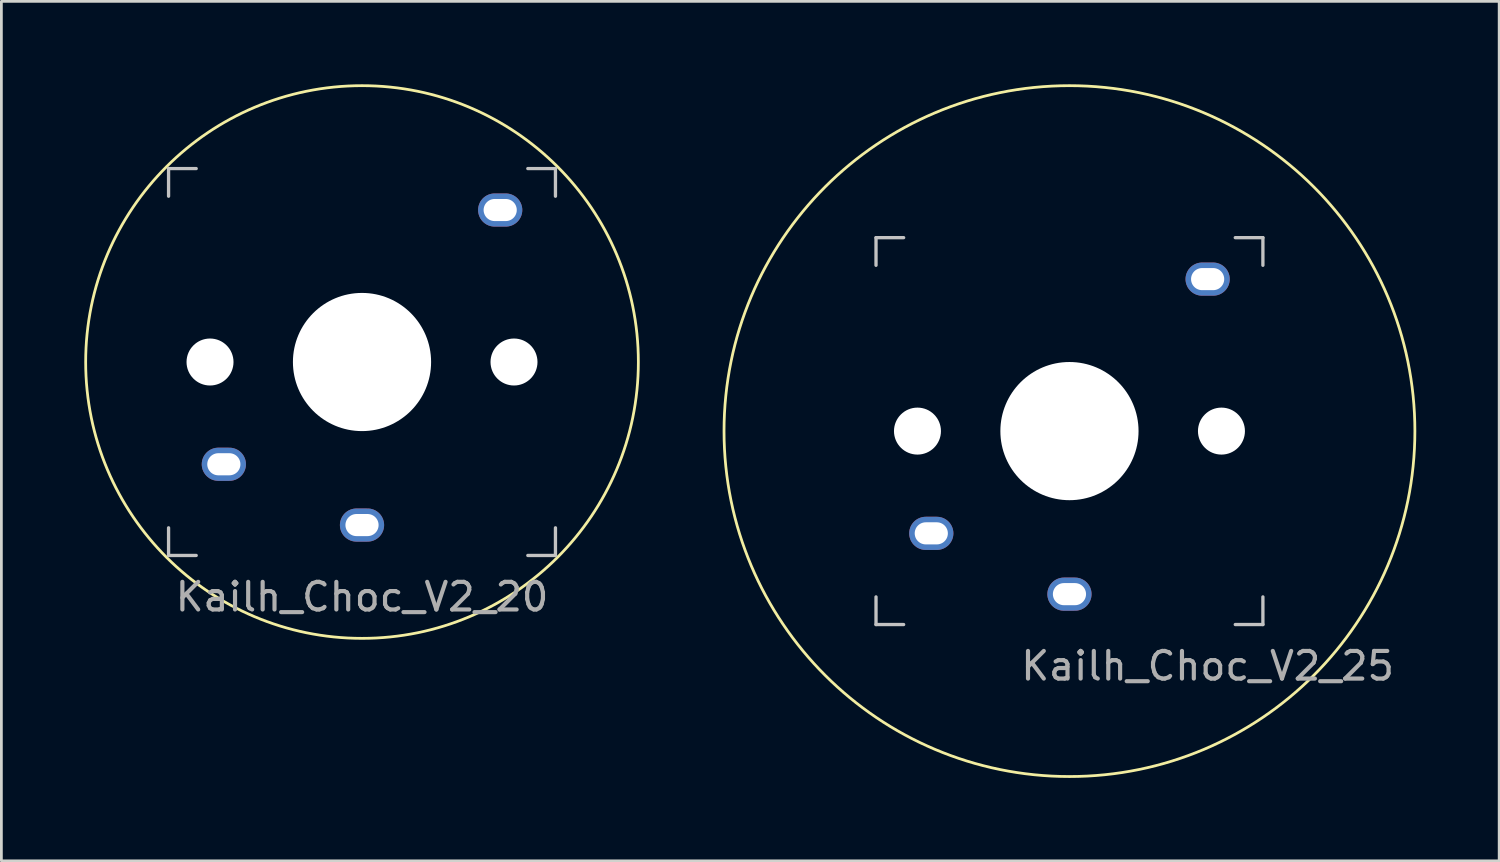
<source format=kicad_pcb>
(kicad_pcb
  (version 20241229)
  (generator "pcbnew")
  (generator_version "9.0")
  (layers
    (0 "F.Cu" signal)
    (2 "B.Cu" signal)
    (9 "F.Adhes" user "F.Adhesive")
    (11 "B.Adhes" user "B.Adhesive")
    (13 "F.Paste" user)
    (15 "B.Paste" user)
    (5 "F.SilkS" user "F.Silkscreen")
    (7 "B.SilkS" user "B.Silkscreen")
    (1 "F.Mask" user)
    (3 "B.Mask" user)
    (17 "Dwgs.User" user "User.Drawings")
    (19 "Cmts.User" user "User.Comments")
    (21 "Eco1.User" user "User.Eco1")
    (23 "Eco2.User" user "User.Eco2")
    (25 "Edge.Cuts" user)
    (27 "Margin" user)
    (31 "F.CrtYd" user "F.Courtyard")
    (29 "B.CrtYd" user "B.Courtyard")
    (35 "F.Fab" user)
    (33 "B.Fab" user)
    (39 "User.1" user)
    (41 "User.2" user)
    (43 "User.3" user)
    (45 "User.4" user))
  (footprint "Kailh_Choc_V2_25"
    (layer "F.Cu")
    (at 35.65 12.55)
    (property "Reference" "Kailh_Choc_V2_25" (at 5 8.5 0) (layer "F.Fab") (effects (font (size 1 1) (thickness 0.15))))
    (attr smd)
    (fp_circle (center 0 0) (end 12.5 0) (stroke (width 0.1) (type default)) (fill no) (layer "F.SilkS"))
    (fp_line (start -7 -7) (end -7 -6) (stroke (width 0.12) (type solid)) (layer "Dwgs.User"))
    (fp_line (start -7 -7) (end -6 -7) (stroke (width 0.12) (type solid)) (layer "Dwgs.User"))
    (fp_line (start -7 7) (end -7 6) (stroke (width 0.12) (type solid)) (layer "Dwgs.User"))
    (fp_line (start -7 7) (end -6 7) (stroke (width 0.12) (type solid)) (layer "Dwgs.User"))
    (fp_line (start 7 -7) (end 6 -7) (stroke (width 0.12) (type solid)) (layer "Dwgs.User"))
    (fp_line (start 7 -7) (end 7 -6) (stroke (width 0.12) (type solid)) (layer "Dwgs.User"))
    (fp_line (start 7 7) (end 6 7) (stroke (width 0.12) (type solid)) (layer "Dwgs.User"))
    (fp_line (start 7 7) (end 7 6) (stroke (width 0.12) (type solid)) (layer "Dwgs.User"))
    (pad "" np_thru_hole circle (at -5.5 0) (size 1.7 1.7) (drill 1.7) (layers "*.Cu" "*.Mask"))
    (pad "" np_thru_hole circle (at 0 0) (size 5 5) (drill 5) (layers "*.Cu" "*.Mask"))
    (pad "" np_thru_hole circle (at 5.5 0) (size 1.7 1.7) (drill 1.7) (layers "*.Cu" "*.Mask"))
    (pad "1" thru_hole oval (at -5 3.7) (size 1.6 1.2) (drill oval 1.2 0.8) (layers "*.Cu" "*.Mask"))
    (pad "2" thru_hole oval (at 0 5.9) (size 1.6 1.2) (drill oval 1.2 0.8) (layers "*.Cu" "*.Mask"))
    (pad "MP" thru_hole oval (at 5 -5.5) (size 1.6 1.2) (drill oval 1.2 0.8) (layers "*.Cu" "*.Mask")))
  (footprint "Kailh_Choc_V2_20"
    (layer "F.Cu")
    (at 10.05 10.05)
    (property "Reference" "Kailh_Choc_V2_20" (at 0 8.5 0) (layer "F.Fab") (effects (font (size 1 1) (thickness 0.15))))
    (attr smd)
    (fp_circle (center 0 0) (end 10 0) (stroke (width 0.1) (type default)) (fill no) (layer "F.SilkS"))
    (fp_line (start -7 -7) (end -7 -6) (stroke (width 0.12) (type solid)) (layer "Dwgs.User"))
    (fp_line (start -7 -7) (end -6 -7) (stroke (width 0.12) (type solid)) (layer "Dwgs.User"))
    (fp_line (start -7 7) (end -7 6) (stroke (width 0.12) (type solid)) (layer "Dwgs.User"))
    (fp_line (start -7 7) (end -6 7) (stroke (width 0.12) (type solid)) (layer "Dwgs.User"))
    (fp_line (start 7 -7) (end 6 -7) (stroke (width 0.12) (type solid)) (layer "Dwgs.User"))
    (fp_line (start 7 -7) (end 7 -6) (stroke (width 0.12) (type solid)) (layer "Dwgs.User"))
    (fp_line (start 7 7) (end 6 7) (stroke (width 0.12) (type solid)) (layer "Dwgs.User"))
    (fp_line (start 7 7) (end 7 6) (stroke (width 0.12) (type solid)) (layer "Dwgs.User"))
    (pad "" np_thru_hole circle (at -5.5 0) (size 1.7 1.7) (drill 1.7) (layers "*.Cu" "*.Mask"))
    (pad "" np_thru_hole circle (at 0 0) (size 5 5) (drill 5) (layers "*.Cu" "*.Mask"))
    (pad "" np_thru_hole circle (at 5.5 0) (size 1.7 1.7) (drill 1.7) (layers "*.Cu" "*.Mask"))
    (pad "1" thru_hole oval (at -5 3.7) (size 1.6 1.2) (drill oval 1.2 0.8) (layers "*.Cu" "*.Mask"))
    (pad "2" thru_hole oval (at 0 5.9) (size 1.6 1.2) (drill oval 1.2 0.8) (layers "*.Cu" "*.Mask"))
    (pad "MP" thru_hole oval (at 5 -5.5) (size 1.6 1.2) (drill oval 1.2 0.8) (layers "*.Cu" "*.Mask")))
  (gr_rect
    (start -3 -3)
    (end 51.2 28.1)
    (stroke (width 0.1) (type default))
    (fill no)
    (layer "Edge.Cuts")))
</source>
